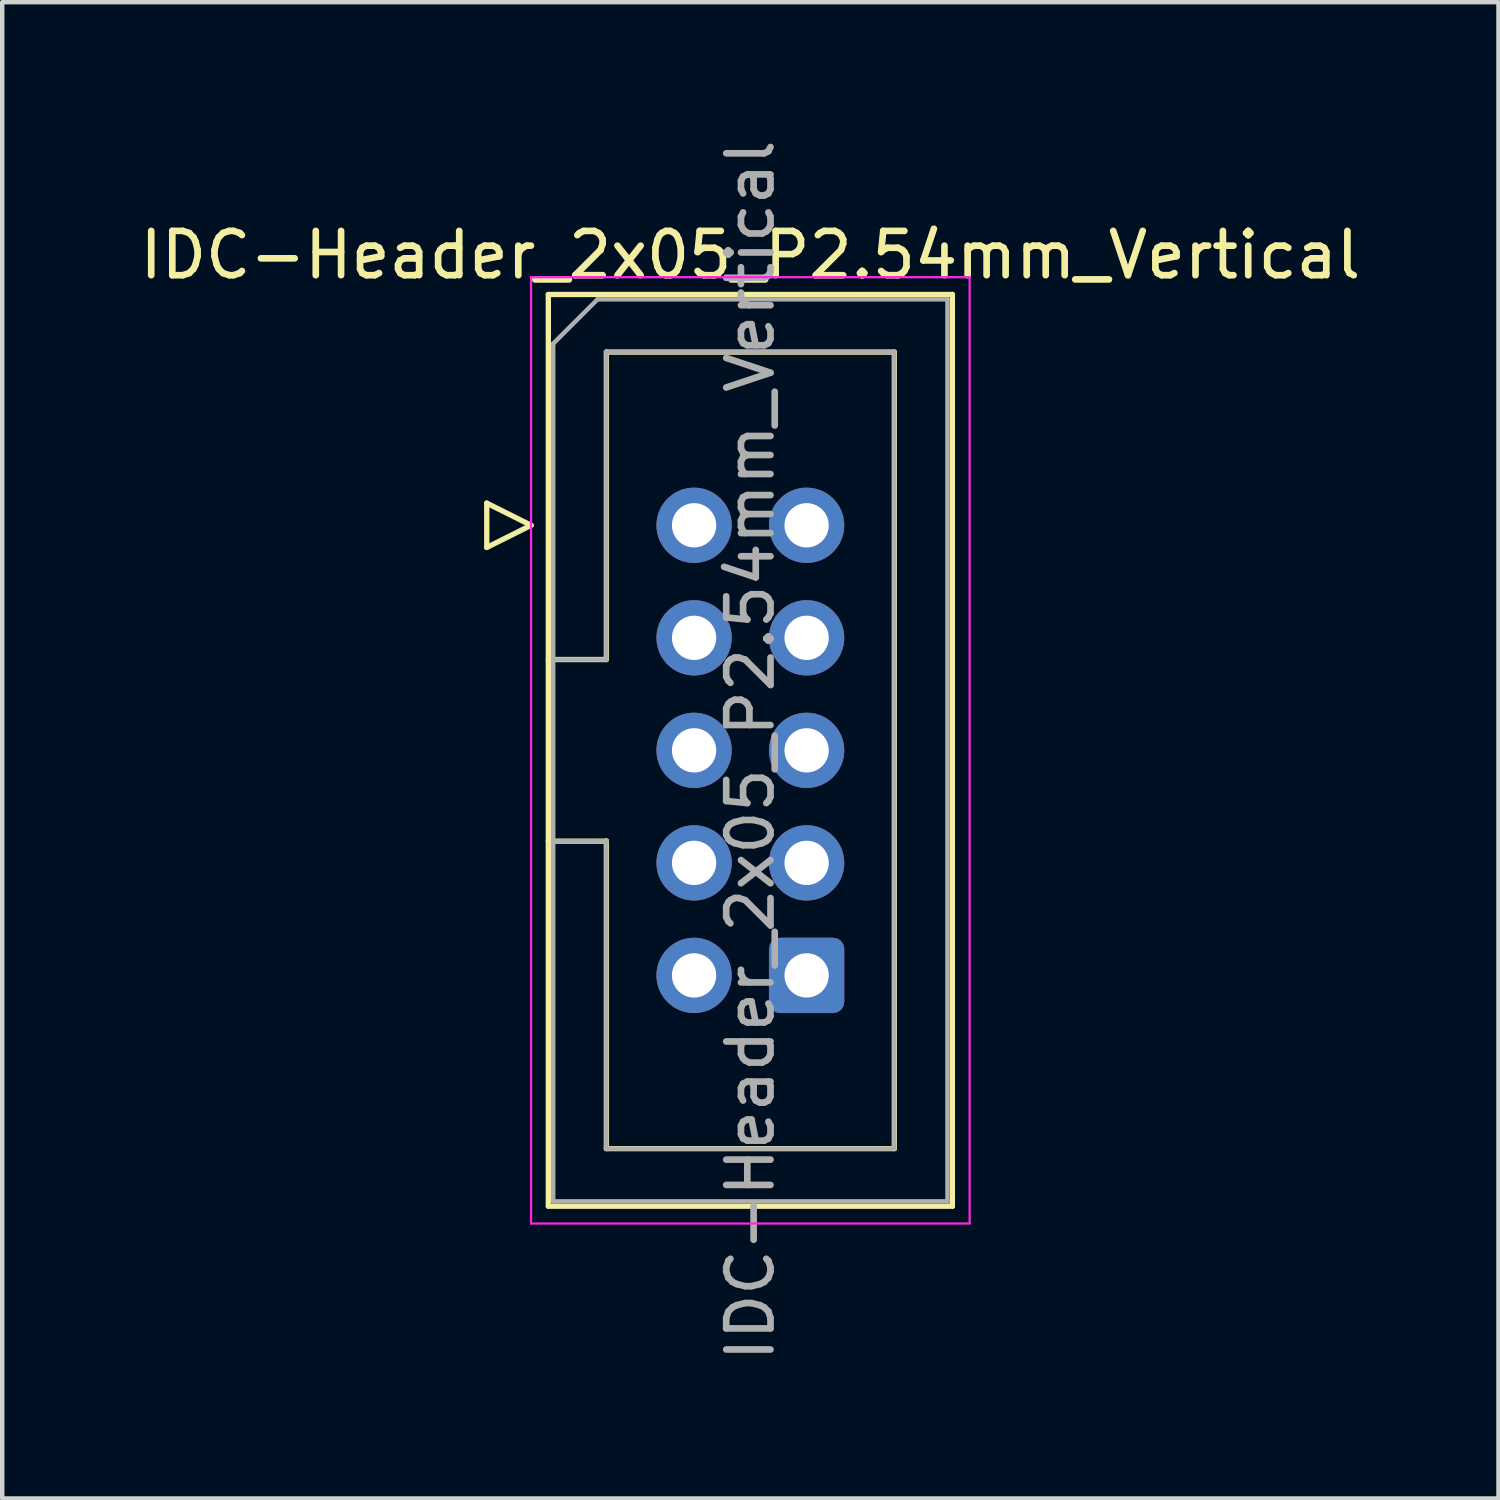
<source format=kicad_pcb>
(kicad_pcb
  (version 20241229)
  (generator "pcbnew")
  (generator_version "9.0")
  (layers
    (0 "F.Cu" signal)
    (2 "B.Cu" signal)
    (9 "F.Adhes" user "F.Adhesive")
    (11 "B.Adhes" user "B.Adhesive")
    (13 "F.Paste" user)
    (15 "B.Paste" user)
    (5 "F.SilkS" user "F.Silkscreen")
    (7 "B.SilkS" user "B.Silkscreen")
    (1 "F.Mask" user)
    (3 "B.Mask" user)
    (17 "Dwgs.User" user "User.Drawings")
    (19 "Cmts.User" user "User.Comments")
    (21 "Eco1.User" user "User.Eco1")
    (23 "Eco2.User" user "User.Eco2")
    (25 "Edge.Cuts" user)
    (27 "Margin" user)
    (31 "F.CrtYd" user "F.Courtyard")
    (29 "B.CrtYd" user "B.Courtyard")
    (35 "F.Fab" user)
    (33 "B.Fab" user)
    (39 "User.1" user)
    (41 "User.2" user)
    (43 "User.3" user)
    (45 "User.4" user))
  (footprint "IDC-Header_2x05_P2.54mm_Vertical"
    (layer "F.Cu")
    (at 12.617 8.807)
    (property "Reference" "IDC-Header_2x05_P2.54mm_Vertical" (at 1.27 -6.1 0) (layer "F.SilkS") (effects (font (size 1 1) (thickness 0.15))))
    (attr through_hole)
    (fp_line (start -4.68 -0.5) (end -4.68 0.5) (stroke (width 0.12) (type solid)) (layer "F.SilkS"))
    (fp_line (start -4.68 0.5) (end -3.68 0) (stroke (width 0.12) (type solid)) (layer "F.SilkS"))
    (fp_line (start -3.68 0) (end -4.68 -0.5) (stroke (width 0.12) (type solid)) (layer "F.SilkS"))
    (fp_line (start -3.29 -5.21) (end 5.83 -5.21) (stroke (width 0.12) (type solid)) (layer "F.SilkS"))
    (fp_line (start -3.29 3.03) (end -1.98 3.03) (stroke (width 0.12) (type solid)) (layer "F.SilkS"))
    (fp_line (start -3.29 15.37) (end -3.29 -5.21) (stroke (width 0.12) (type solid)) (layer "F.SilkS"))
    (fp_line (start -1.98 -3.91) (end 4.52 -3.91) (stroke (width 0.12) (type solid)) (layer "F.SilkS"))
    (fp_line (start -1.98 3.03) (end -1.98 -3.91) (stroke (width 0.12) (type solid)) (layer "F.SilkS"))
    (fp_line (start -1.98 7.13) (end -3.29 7.13) (stroke (width 0.12) (type solid)) (layer "F.SilkS"))
    (fp_line (start -1.98 7.13) (end -1.98 7.13) (stroke (width 0.12) (type solid)) (layer "F.SilkS"))
    (fp_line (start -1.98 14.07) (end -1.98 7.13) (stroke (width 0.12) (type solid)) (layer "F.SilkS"))
    (fp_line (start 4.52 -3.91) (end 4.52 14.07) (stroke (width 0.12) (type solid)) (layer "F.SilkS"))
    (fp_line (start 4.52 14.07) (end -1.98 14.07) (stroke (width 0.12) (type solid)) (layer "F.SilkS"))
    (fp_line (start 5.83 -5.21) (end 5.83 15.37) (stroke (width 0.12) (type solid)) (layer "F.SilkS"))
    (fp_line (start 5.83 15.37) (end -3.29 15.37) (stroke (width 0.12) (type solid)) (layer "F.SilkS"))
    (fp_line (start -3.68 -5.6) (end -3.68 15.76) (stroke (width 0.05) (type solid)) (layer "F.CrtYd"))
    (fp_line (start -3.68 15.76) (end 6.22 15.76) (stroke (width 0.05) (type solid)) (layer "F.CrtYd"))
    (fp_line (start 6.22 -5.6) (end -3.68 -5.6) (stroke (width 0.05) (type solid)) (layer "F.CrtYd"))
    (fp_line (start 6.22 15.76) (end 6.22 -5.6) (stroke (width 0.05) (type solid)) (layer "F.CrtYd"))
    (fp_line (start -3.18 -4.1) (end -2.18 -5.1) (stroke (width 0.1) (type solid)) (layer "F.Fab"))
    (fp_line (start -3.18 3.03) (end -1.98 3.03) (stroke (width 0.1) (type solid)) (layer "F.Fab"))
    (fp_line (start -3.18 15.26) (end -3.18 -4.1) (stroke (width 0.1) (type solid)) (layer "F.Fab"))
    (fp_line (start -2.18 -5.1) (end 5.72 -5.1) (stroke (width 0.1) (type solid)) (layer "F.Fab"))
    (fp_line (start -1.98 -3.91) (end 4.52 -3.91) (stroke (width 0.1) (type solid)) (layer "F.Fab"))
    (fp_line (start -1.98 3.03) (end -1.98 -3.91) (stroke (width 0.1) (type solid)) (layer "F.Fab"))
    (fp_line (start -1.98 7.13) (end -3.18 7.13) (stroke (width 0.1) (type solid)) (layer "F.Fab"))
    (fp_line (start -1.98 7.13) (end -1.98 7.13) (stroke (width 0.1) (type solid)) (layer "F.Fab"))
    (fp_line (start -1.98 14.07) (end -1.98 7.13) (stroke (width 0.1) (type solid)) (layer "F.Fab"))
    (fp_line (start 4.52 -3.91) (end 4.52 14.07) (stroke (width 0.1) (type solid)) (layer "F.Fab"))
    (fp_line (start 4.52 14.07) (end -1.98 14.07) (stroke (width 0.1) (type solid)) (layer "F.Fab"))
    (fp_line (start 5.72 -5.1) (end 5.72 15.26) (stroke (width 0.1) (type solid)) (layer "F.Fab"))
    (fp_line (start 5.72 15.26) (end -3.18 15.26) (stroke (width 0.1) (type solid)) (layer "F.Fab"))
    (fp_text user "${REFERENCE}" (at 1.27 5.08 90) (layer "F.Fab") (effects (font (size 1 1) (thickness 0.15))))
    (pad "1" thru_hole roundrect (at 2.54 10.16) (size 1.7 1.7) (drill 1) (layers "*.Cu" "*.Mask") (roundrect_rratio 0.147))
    (pad "2" thru_hole circle (at 0 10.16) (size 1.7 1.7) (drill 1) (layers "*.Cu" "*.Mask"))
    (pad "3" thru_hole circle (at 2.54 7.62) (size 1.7 1.7) (drill 1) (layers "*.Cu" "*.Mask"))
    (pad "4" thru_hole circle (at 0 7.62) (size 1.7 1.7) (drill 1) (layers "*.Cu" "*.Mask"))
    (pad "5" thru_hole circle (at 2.54 5.08) (size 1.7 1.7) (drill 1) (layers "*.Cu" "*.Mask"))
    (pad "6" thru_hole circle (at 0 5.08) (size 1.7 1.7) (drill 1) (layers "*.Cu" "*.Mask"))
    (pad "7" thru_hole circle (at 2.54 2.54) (size 1.7 1.7) (drill 1) (layers "*.Cu" "*.Mask"))
    (pad "8" thru_hole circle (at 0 2.54) (size 1.7 1.7) (drill 1) (layers "*.Cu" "*.Mask"))
    (pad "9" thru_hole circle (at 2.54 0) (size 1.7 1.7) (drill 1) (layers "*.Cu" "*.Mask"))
    (pad "10" thru_hole circle (at 0 0) (size 1.7 1.7) (drill 1) (layers "*.Cu" "*.Mask")))
  (gr_rect
    (start -3 -3)
    (end 30.774 30.774)
    (stroke (width 0.1) (type default))
    (fill no)
    (layer "Edge.Cuts")))
</source>
